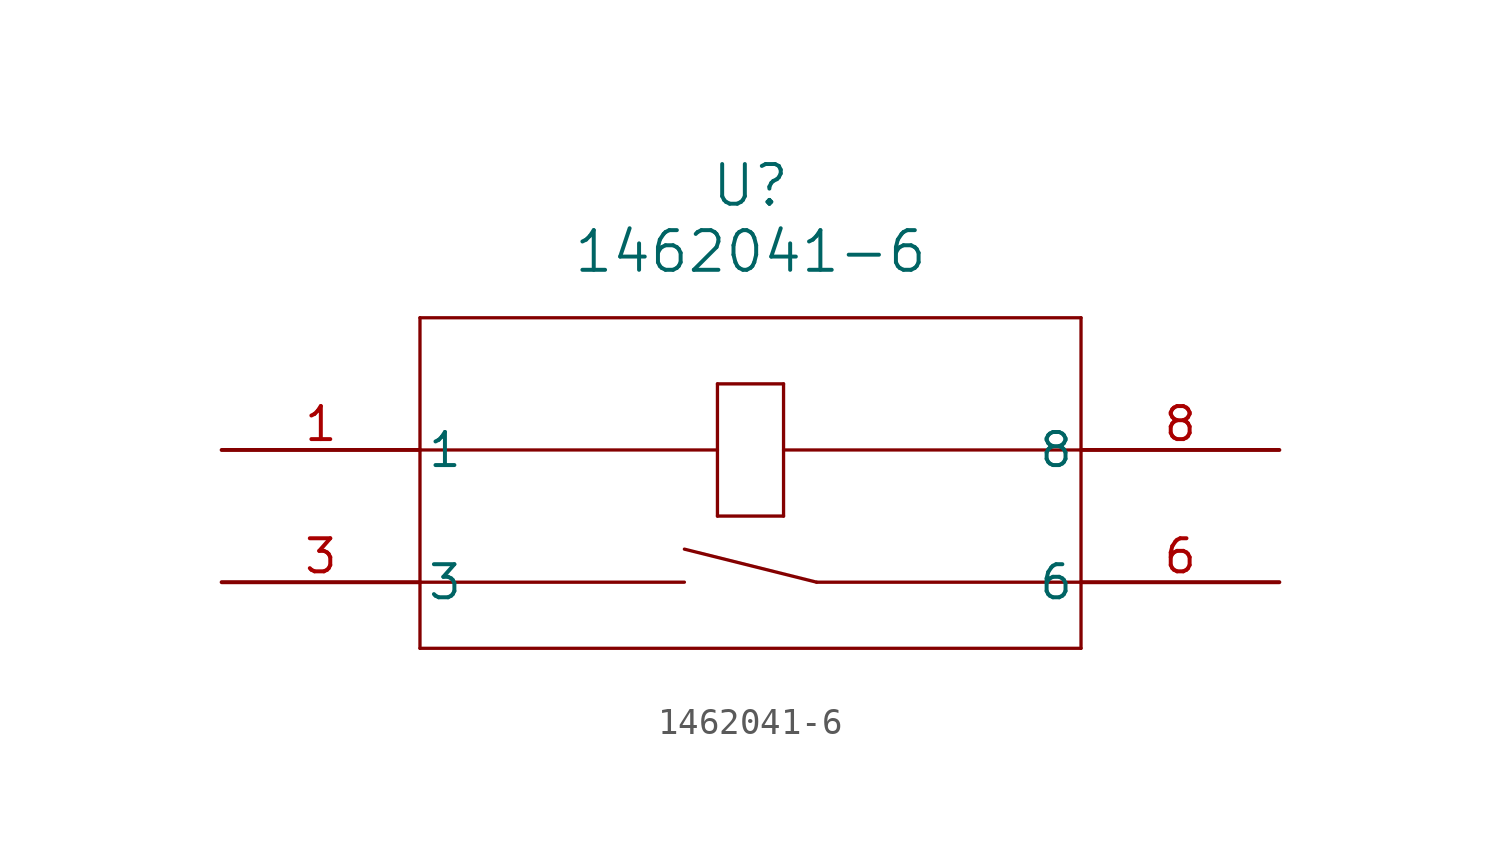
<source format=kicad_sym>
(kicad_symbol_lib
  (version 20220914)
  (generator kicad_symbol_editor)
  (symbol "1462041-6"
    (pin_names
      (offset 0.254))
    (property "Reference" "U"
      (at 20.32 10.16 0)
      (effects (font (size 1.524 1.524))))
    (property "Value" "1462041-6"
      (at 20.32 7.62 0)
      (effects (font (size 1.524 1.524))))
    (property "ki_locked" ""
      (at 0 0 0)
      (effects (font (size 1.27 1.27))))
    (symbol "1462041-6_0_1"
      (polyline (pts (xy 7.62 -7.62) (xy 33.02 -7.62)) (stroke (width 0.127) (type default)) (fill (type none)))
      (polyline (pts (xy 7.62 -5.08) (xy 17.78 -5.08)) (stroke (width 0.127) (type default)) (fill (type none)))
      (polyline (pts (xy 7.62 5.08) (xy 7.62 -7.62)) (stroke (width 0.127) (type default)) (fill (type none)))
      (polyline (pts (xy 19.05 -2.54) (xy 21.59 -2.54)) (stroke (width 0.127) (type default)) (fill (type none)))
      (polyline (pts (xy 19.05 0) (xy 7.62 0)) (stroke (width 0.127) (type default)) (fill (type none)))
      (polyline (pts (xy 19.05 2.54) (xy 19.05 -2.54)) (stroke (width 0.127) (type default)) (fill (type none)))
      (polyline (pts (xy 19.05 2.54) (xy 21.59 2.54)) (stroke (width 0.127) (type default)) (fill (type none)))
      (polyline (pts (xy 21.59 -2.54) (xy 21.59 2.54)) (stroke (width 0.127) (type default)) (fill (type none)))
      (polyline (pts (xy 21.59 0) (xy 33.02 0)) (stroke (width 0.127) (type default)) (fill (type none)))
      (polyline (pts (xy 22.86 -5.08) (xy 17.78 -3.81)) (stroke (width 0.127) (type default)) (fill (type none)))
      (polyline (pts (xy 22.86 -5.08) (xy 33.02 -5.08)) (stroke (width 0.127) (type default)) (fill (type none)))
      (polyline (pts (xy 33.02 -7.62) (xy 33.02 5.08)) (stroke (width 0.127) (type default)) (fill (type none)))
      (polyline (pts (xy 33.02 5.08) (xy 7.62 5.08)) (stroke (width 0.127) (type default)) (fill (type none)))
      (pin unspecified line (at 0 0 0) (length 7.62) (name "1" (effects (font (size 1.27 1.27)))) (number "1" (effects (font (size 1.27 1.27)))))
      (pin unspecified line (at 0 -5.08 0) (length 7.62) (name "3" (effects (font (size 1.27 1.27)))) (number "3" (effects (font (size 1.27 1.27)))))
      (pin unspecified line (at 40.64 -5.08 180) (length 7.62) (name "6" (effects (font (size 1.27 1.27)))) (number "6" (effects (font (size 1.27 1.27)))))
      (pin unspecified line (at 40.64 0 180) (length 7.62) (name "8" (effects (font (size 1.27 1.27)))) (number "8" (effects (font (size 1.27 1.27))))))))
</source>
